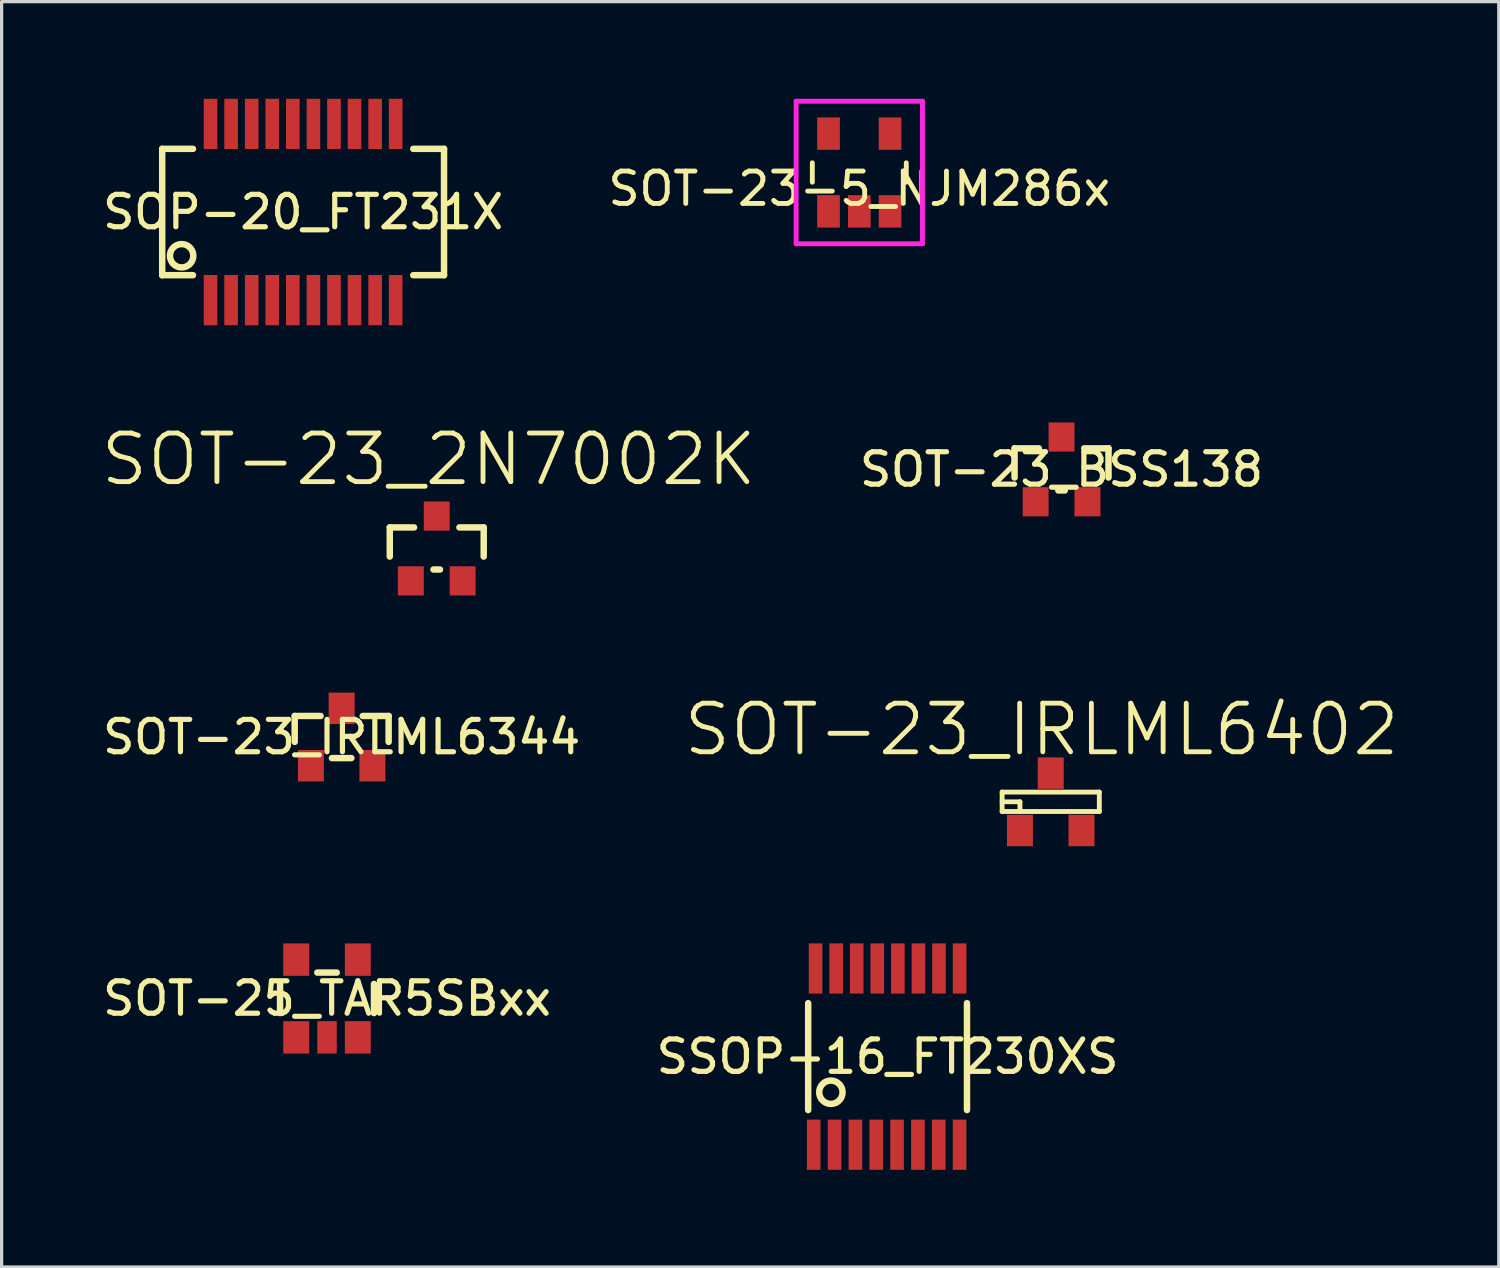
<source format=kicad_pcb>
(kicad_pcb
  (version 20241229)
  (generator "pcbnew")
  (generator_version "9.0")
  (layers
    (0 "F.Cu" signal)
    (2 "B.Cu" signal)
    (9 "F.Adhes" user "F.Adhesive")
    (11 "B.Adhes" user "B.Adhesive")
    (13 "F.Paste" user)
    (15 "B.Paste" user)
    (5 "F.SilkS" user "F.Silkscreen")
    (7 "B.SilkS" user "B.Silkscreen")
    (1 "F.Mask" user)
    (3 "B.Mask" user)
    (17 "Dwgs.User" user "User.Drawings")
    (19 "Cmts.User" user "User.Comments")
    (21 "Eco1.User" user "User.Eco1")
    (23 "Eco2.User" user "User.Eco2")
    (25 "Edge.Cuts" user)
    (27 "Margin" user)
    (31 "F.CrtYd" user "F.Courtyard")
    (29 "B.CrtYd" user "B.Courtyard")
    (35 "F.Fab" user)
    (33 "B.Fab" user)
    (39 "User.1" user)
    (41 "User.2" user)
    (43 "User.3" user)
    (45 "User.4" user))
  (footprint "SOT-23_IRLML6402"
    (layer "F.Cu")
    (at 29.385 21.701)
    (property "Reference" "SOT-23_IRLML6402" (at -0.28 -2.23 0) (layer "F.SilkS") (effects (font (size 1.5 1.5) (thickness 0.15))))
    (attr through_hole)
    (fp_line (start -1.5 -0.3) (end 1.5 -0.3) (stroke (width 0.15) (type solid)) (layer "F.SilkS"))
    (fp_line (start -1.5 0) (end -0.95 0) (stroke (width 0.15) (type solid)) (layer "F.SilkS"))
    (fp_line (start -1.5 0.3) (end -1.5 -0.3) (stroke (width 0.15) (type solid)) (layer "F.SilkS"))
    (fp_line (start -0.95 0) (end -0.95 0.3) (stroke (width 0.15) (type solid)) (layer "F.SilkS"))
    (fp_line (start 1.5 -0.3) (end 1.5 0.3) (stroke (width 0.15) (type solid)) (layer "F.SilkS"))
    (fp_line (start 1.5 0.3) (end -1.5 0.3) (stroke (width 0.15) (type solid)) (layer "F.SilkS"))
    (pad "1" smd rect (at -0.95 0.885) (size 0.802 0.972) (layers "F.Cu" "F.Mask" "F.Paste"))
    (pad "2" smd rect (at 0.95 0.885) (size 0.802 0.972) (layers "F.Cu" "F.Mask" "F.Paste"))
    (pad "3" smd rect (at 0 -0.885) (size 0.802 0.972) (layers "F.Cu" "F.Mask" "F.Paste")))
  (footprint "SOT-23_2N7002K"
    (layer "F.Cu")
    (at 10.432 13.881)
    (property "Reference" "SOT-23_2N7002K" (at -0.25 -2.75 0) (layer "F.SilkS") (effects (font (size 1.5 1.5) (thickness 0.15))))
    (attr through_hole)
    (fp_line (start -1.45 -0.65) (end -1.45 0.25) (stroke (width 0.2) (type solid)) (layer "F.SilkS"))
    (fp_line (start -1.45 -0.65) (end -0.7 -0.65) (stroke (width 0.2) (type solid)) (layer "F.SilkS"))
    (fp_line (start -0.1 0.65) (end 0.1 0.65) (stroke (width 0.2) (type solid)) (layer "F.SilkS"))
    (fp_line (start 0.7 -0.65) (end 1.45 -0.65) (stroke (width 0.2) (type solid)) (layer "F.SilkS"))
    (fp_line (start 1.45 -0.65) (end 1.45 0.25) (stroke (width 0.2) (type solid)) (layer "F.SilkS"))
    (pad "1" smd rect (at -0.8 1) (size 0.8 0.9) (layers "F.Cu" "F.Mask" "F.Paste"))
    (pad "2" smd rect (at 0.8 1) (size 0.8 0.9) (layers "F.Cu" "F.Mask" "F.Paste"))
    (pad "3" smd rect (at 0 -1) (size 0.8 0.9) (layers "F.Cu" "F.Mask" "F.Paste")))
  (footprint "SOT-23_BSS138"
    (layer "F.Cu")
    (at 29.719 11.44)
    (property "Reference" "SOT-23_BSS138" (at 0 0 0) (layer "F.SilkS") (effects (font (size 1 1) (thickness 0.16))))
    (attr through_hole)
    (fp_line (start -1.45 -0.65) (end -1.45 0.25) (stroke (width 0.2) (type solid)) (layer "F.SilkS"))
    (fp_line (start -1.45 -0.65) (end -0.7 -0.65) (stroke (width 0.2) (type solid)) (layer "F.SilkS"))
    (fp_line (start -0.1 0.65) (end 0.1 0.65) (stroke (width 0.2) (type solid)) (layer "F.SilkS"))
    (fp_line (start 0.7 -0.65) (end 1.45 -0.65) (stroke (width 0.2) (type solid)) (layer "F.SilkS"))
    (fp_line (start 1.45 -0.65) (end 1.45 0.25) (stroke (width 0.2) (type solid)) (layer "F.SilkS"))
    (pad "1" smd rect (at -0.8 1) (size 0.8 0.9) (layers "F.Cu" "F.Mask" "F.Paste"))
    (pad "2" smd rect (at 0.8 1) (size 0.8 0.9) (layers "F.Cu" "F.Mask" "F.Paste"))
    (pad "3" smd rect (at 0 -1) (size 0.8 0.9) (layers "F.Cu" "F.Mask" "F.Paste")))
  (footprint "SOT-23_IRLML6344"
    (layer "F.Cu")
    (at 7.497 19.702)
    (property "Reference" "SOT-23_IRLML6344" (at 0 0 0) (layer "F.SilkS") (effects (font (size 1 1) (thickness 0.16))))
    (attr through_hole)
    (fp_line (start -1.45 0.15) (end -1.45 -0.65) (stroke (width 0.2) (type solid)) (layer "F.SilkS"))
    (fp_line (start -0.65 -0.65) (end -1.45 -0.65) (stroke (width 0.2) (type solid)) (layer "F.SilkS"))
    (fp_line (start -0.3 0.65) (end 0.3 0.65) (stroke (width 0.2) (type solid)) (layer "F.SilkS"))
    (fp_line (start 0.65 -0.65) (end 1.45 -0.65) (stroke (width 0.2) (type solid)) (layer "F.SilkS"))
    (fp_line (start 1.45 0.15) (end 1.45 -0.65) (stroke (width 0.2) (type solid)) (layer "F.SilkS"))
    (pad "1" smd rect (at -0.95 0.885) (size 0.802 0.972) (layers "F.Cu" "F.Mask" "F.Paste"))
    (pad "2" smd rect (at 0.95 0.885) (size 0.802 0.972) (layers "F.Cu" "F.Mask" "F.Paste"))
    (pad "3" smd rect (at 0 -0.885) (size 0.802 0.972) (layers "F.Cu" "F.Mask" "F.Paste")))
  (footprint "SOT-25_TAR5SBxx"
    (layer "F.Cu")
    (at 7.045 27.773)
    (property "Reference" "SOT-25_TAR5SBxx" (at 0 0 0) (layer "F.SilkS") (effects (font (size 1 1) (thickness 0.16))))
    (attr through_hole)
    (fp_line (start -1.45 -0.45) (end -1.45 0.45) (stroke (width 0.2) (type solid)) (layer "F.SilkS"))
    (fp_line (start -0.3 -0.8) (end 0.3 -0.8) (stroke (width 0.2) (type solid)) (layer "F.SilkS"))
    (fp_line (start 1.45 -0.45) (end 1.45 0.45) (stroke (width 0.2) (type solid)) (layer "F.SilkS"))
    (pad "1" smd rect (at -0.95 1.2) (size 0.8 1) (layers "F.Cu" "F.Mask" "F.Paste"))
    (pad "2" smd rect (at 0 1.2) (size 0.6 1) (layers "F.Cu" "F.Mask" "F.Paste"))
    (pad "3" smd rect (at 0.95 1.2) (size 0.8 1) (layers "F.Cu" "F.Mask" "F.Paste"))
    (pad "4" smd rect (at 0.95 -1.2) (size 0.8 1) (layers "F.Cu" "F.Mask" "F.Paste"))
    (pad "5" smd rect (at -0.95 -1.2) (size 0.8 1) (layers "F.Cu" "F.Mask" "F.Paste")))
  (footprint "SSOP-16_FT230XS"
    (layer "F.Cu")
    (at 24.349 29.567)
    (property "Reference" "SSOP-16_FT230XS" (at 0 0 0) (layer "F.SilkS") (effects (font (size 1 1) (thickness 0.16))))
    (attr through_hole)
    (fp_line (start -2.451 -1.65) (end -2.451 1.65) (stroke (width 0.2) (type solid)) (layer "F.SilkS"))
    (fp_line (start 2.451 -1.65) (end 2.451 1.65) (stroke (width 0.2) (type solid)) (layer "F.SilkS"))
    (fp_circle (center -1.75 1.1) (end -1.95 1.4) (stroke (width 0.2) (type solid)) (fill no) (layer "F.SilkS"))
    (pad "1" smd rect (at -2.28 2.72) (size 0.42 1.55) (layers "F.Cu" "F.Mask" "F.Paste"))
    (pad "2" smd rect (at -1.636 2.72) (size 0.42 1.55) (layers "F.Cu" "F.Mask" "F.Paste"))
    (pad "3" smd rect (at -0.993 2.72) (size 0.42 1.55) (layers "F.Cu" "F.Mask" "F.Paste"))
    (pad "4" smd rect (at -0.35 2.72) (size 0.42 1.55) (layers "F.Cu" "F.Mask" "F.Paste"))
    (pad "5" smd rect (at 0.293 2.72) (size 0.42 1.55) (layers "F.Cu" "F.Mask" "F.Paste"))
    (pad "6" smd rect (at 0.936 2.72) (size 0.42 1.55) (layers "F.Cu" "F.Mask" "F.Paste"))
    (pad "7" smd rect (at 1.579 2.72) (size 0.42 1.55) (layers "F.Cu" "F.Mask" "F.Paste"))
    (pad "8" smd rect (at 2.222 2.72) (size 0.42 1.55) (layers "F.Cu" "F.Mask" "F.Paste"))
    (pad "9" smd rect (at 2.223 -2.72) (size 0.42 1.55) (layers "F.Cu" "F.Mask" "F.Paste"))
    (pad "10" smd rect (at 1.587 -2.72) (size 0.42 1.55) (layers "F.Cu" "F.Mask" "F.Paste"))
    (pad "11" smd rect (at 0.953 -2.72) (size 0.42 1.55) (layers "F.Cu" "F.Mask" "F.Paste"))
    (pad "12" smd rect (at 0.318 -2.72) (size 0.42 1.55) (layers "F.Cu" "F.Mask" "F.Paste"))
    (pad "13" smd rect (at -0.318 -2.72) (size 0.42 1.55) (layers "F.Cu" "F.Mask" "F.Paste"))
    (pad "14" smd rect (at -0.953 -2.72) (size 0.42 1.55) (layers "F.Cu" "F.Mask" "F.Paste"))
    (pad "15" smd rect (at -1.587 -2.72) (size 0.42 1.55) (layers "F.Cu" "F.Mask" "F.Paste"))
    (pad "16" smd rect (at -2.223 -2.72) (size 0.42 1.55) (layers "F.Cu" "F.Mask" "F.Paste")))
  (footprint "SOP-20_FT231X"
    (layer "F.Cu")
    (at 6.307 3.495)
    (property "Reference" "SOP-20_FT231X" (at 0 0 0) (layer "F.SilkS") (effects (font (size 1 1) (thickness 0.16))))
    (attr through_hole)
    (fp_line (start -4.35 -1.95) (end -4.35 1.95) (stroke (width 0.2) (type solid)) (layer "F.SilkS"))
    (fp_line (start -4.35 -1.95) (end -3.4 -1.95) (stroke (width 0.2) (type solid)) (layer "F.SilkS"))
    (fp_line (start -4.35 1.95) (end -3.4 1.95) (stroke (width 0.2) (type solid)) (layer "F.SilkS"))
    (fp_line (start 4.35 -1.95) (end 3.4 -1.95) (stroke (width 0.2) (type solid)) (layer "F.SilkS"))
    (fp_line (start 4.35 -1.95) (end 4.35 1.95) (stroke (width 0.2) (type solid)) (layer "F.SilkS"))
    (fp_line (start 4.35 1.95) (end 3.4 1.95) (stroke (width 0.2) (type solid)) (layer "F.SilkS"))
    (fp_circle (center -3.75 1.35) (end -3.95 1.65) (stroke (width 0.2) (type solid)) (fill no) (layer "F.SilkS"))
    (pad "1" smd rect (at -2.857 2.72) (size 0.42 1.55) (layers "F.Cu" "F.Mask" "F.Paste"))
    (pad "2" smd rect (at -2.223 2.72) (size 0.42 1.55) (layers "F.Cu" "F.Mask" "F.Paste"))
    (pad "3" smd rect (at -1.587 2.72) (size 0.42 1.55) (layers "F.Cu" "F.Mask" "F.Paste"))
    (pad "4" smd rect (at -0.953 2.72) (size 0.42 1.55) (layers "F.Cu" "F.Mask" "F.Paste"))
    (pad "5" smd rect (at -0.318 2.72) (size 0.42 1.55) (layers "F.Cu" "F.Mask" "F.Paste"))
    (pad "6" smd rect (at 0.318 2.72) (size 0.42 1.55) (layers "F.Cu" "F.Mask" "F.Paste"))
    (pad "7" smd rect (at 0.953 2.72) (size 0.42 1.55) (layers "F.Cu" "F.Mask" "F.Paste"))
    (pad "8" smd rect (at 1.587 2.72) (size 0.42 1.55) (layers "F.Cu" "F.Mask" "F.Paste"))
    (pad "9" smd rect (at 2.223 2.72) (size 0.42 1.55) (layers "F.Cu" "F.Mask" "F.Paste"))
    (pad "10" smd rect (at 2.857 2.72) (size 0.42 1.55) (layers "F.Cu" "F.Mask" "F.Paste"))
    (pad "11" smd rect (at 2.857 -2.72) (size 0.42 1.55) (layers "F.Cu" "F.Mask" "F.Paste"))
    (pad "12" smd rect (at 2.223 -2.72) (size 0.42 1.55) (layers "F.Cu" "F.Mask" "F.Paste"))
    (pad "13" smd rect (at 1.587 -2.72) (size 0.42 1.55) (layers "F.Cu" "F.Mask" "F.Paste"))
    (pad "14" smd rect (at 0.953 -2.72) (size 0.42 1.55) (layers "F.Cu" "F.Mask" "F.Paste"))
    (pad "15" smd rect (at 0.318 -2.72) (size 0.42 1.55) (layers "F.Cu" "F.Mask" "F.Paste"))
    (pad "16" smd rect (at -0.318 -2.72) (size 0.42 1.55) (layers "F.Cu" "F.Mask" "F.Paste"))
    (pad "17" smd rect (at -0.953 -2.72) (size 0.42 1.55) (layers "F.Cu" "F.Mask" "F.Paste"))
    (pad "18" smd rect (at -1.587 -2.72) (size 0.42 1.55) (layers "F.Cu" "F.Mask" "F.Paste"))
    (pad "19" smd rect (at -2.223 -2.72) (size 0.42 1.55) (layers "F.Cu" "F.Mask" "F.Paste"))
    (pad "20" smd rect (at -2.857 -2.72) (size 0.42 1.55) (layers "F.Cu" "F.Mask" "F.Paste")))
  (footprint "SOT-23-5_NJM286x"
    (layer "F.Cu")
    (at 23.476 2.275)
    (property "Reference" "SOT-23-5_NJM286x" (at 0 0.5 0) (layer "F.SilkS") (effects (font (size 1 1) (thickness 0.15))))
    (attr through_hole)
    (fp_line (start -1.45 -0.3) (end -1.45 0.3) (stroke (width 0.15) (type solid)) (layer "F.SilkS"))
    (fp_line (start 1.45 -0.3) (end 1.45 0.3) (stroke (width 0.15) (type solid)) (layer "F.SilkS"))
    (fp_line (start -1.95 -2.2) (end 1.95 -2.2) (stroke (width 0.15) (type solid)) (layer "F.CrtYd"))
    (fp_line (start -1.95 2.2) (end -1.95 -2.2) (stroke (width 0.15) (type solid)) (layer "F.CrtYd"))
    (fp_line (start 1.95 -2.2) (end 1.95 2.2) (stroke (width 0.15) (type solid)) (layer "F.CrtYd"))
    (fp_line (start 1.95 2.2) (end -1.95 2.2) (stroke (width 0.15) (type solid)) (layer "F.CrtYd"))
    (pad "1" smd rect (at -0.95 1.2) (size 0.7 1) (layers "F.Cu" "F.Mask" "F.Paste"))
    (pad "2" smd rect (at 0 1.2) (size 0.7 1) (layers "F.Cu" "F.Mask" "F.Paste"))
    (pad "3" smd rect (at 0.95 1.2) (size 0.7 1) (layers "F.Cu" "F.Mask" "F.Paste"))
    (pad "4" smd rect (at 0.95 -1.2) (size 0.7 1) (layers "F.Cu" "F.Mask" "F.Paste"))
    (pad "5" smd rect (at -0.95 -1.2) (size 0.7 1) (layers "F.Cu" "F.Mask" "F.Paste")))
  (gr_rect
    (start -3 -3)
    (end 43.216 36.062)
    (stroke (width 0.1) (type default))
    (fill no)
    (layer "Edge.Cuts")))
</source>
